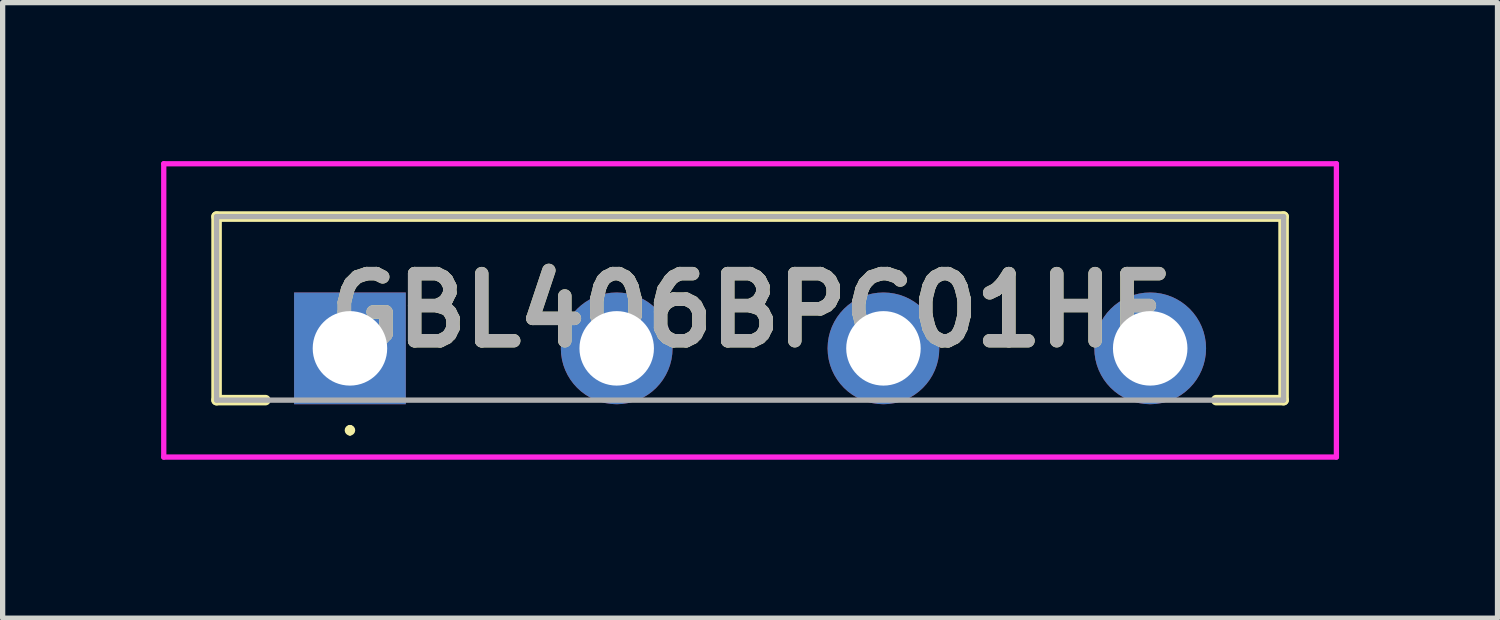
<source format=kicad_pcb>
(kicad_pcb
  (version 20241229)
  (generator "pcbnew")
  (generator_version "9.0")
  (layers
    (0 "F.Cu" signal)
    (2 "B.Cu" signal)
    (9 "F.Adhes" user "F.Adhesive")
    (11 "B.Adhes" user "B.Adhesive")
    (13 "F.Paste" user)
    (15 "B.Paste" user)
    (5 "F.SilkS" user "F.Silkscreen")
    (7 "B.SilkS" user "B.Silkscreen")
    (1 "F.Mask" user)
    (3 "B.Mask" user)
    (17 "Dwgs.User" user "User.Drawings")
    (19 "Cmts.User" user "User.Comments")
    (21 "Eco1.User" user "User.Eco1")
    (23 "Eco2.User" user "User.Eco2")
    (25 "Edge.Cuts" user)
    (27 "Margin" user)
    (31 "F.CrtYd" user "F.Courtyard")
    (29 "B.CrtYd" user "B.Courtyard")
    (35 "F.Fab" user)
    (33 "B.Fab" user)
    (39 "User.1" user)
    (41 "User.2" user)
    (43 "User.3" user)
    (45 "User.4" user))
  (footprint "GBL406BPC01HF"
    (layer "F.Cu")
    (at 3.575 3.545)
    (property "Reference" "GBL406BPC01HF" (at 7.575 -0.719 0) (layer "F.SilkS") (effects (font (size 1.27 1.27) (thickness 0.254))))
    (attr through_hole)
    (fp_line (start -2.525 -2.495) (end 17.675 -2.495) (stroke (width 0.2) (type solid)) (layer "F.SilkS"))
    (fp_line (start -2.525 0.98) (end -2.525 -2.495) (stroke (width 0.2) (type solid)) (layer "F.SilkS"))
    (fp_line (start -1.6 0.98) (end -2.525 0.98) (stroke (width 0.2) (type solid)) (layer "F.SilkS"))
    (fp_line (start 0 1.5) (end 0 1.5) (stroke (width 0.1) (type solid)) (layer "F.SilkS"))
    (fp_line (start 0 1.6) (end 0 1.6) (stroke (width 0.1) (type solid)) (layer "F.SilkS"))
    (fp_line (start 17.675 -2.495) (end 17.675 0.98) (stroke (width 0.2) (type solid)) (layer "F.SilkS"))
    (fp_line (start 17.675 0.98) (end 16.4 0.98) (stroke (width 0.2) (type solid)) (layer "F.SilkS"))
    (fp_arc (start 0 1.5) (mid 0.05 1.55) (end 0 1.6) (stroke (width 0.1) (type solid)) (layer "F.SilkS"))
    (fp_arc (start 0 1.6) (mid -0.05 1.55) (end 0 1.5) (stroke (width 0.1) (type solid)) (layer "F.SilkS"))
    (fp_line (start -3.525 -3.495) (end 18.675 -3.495) (stroke (width 0.1) (type solid)) (layer "F.CrtYd"))
    (fp_line (start -3.525 2.058) (end -3.525 -3.495) (stroke (width 0.1) (type solid)) (layer "F.CrtYd"))
    (fp_line (start 18.675 -3.495) (end 18.675 2.058) (stroke (width 0.1) (type solid)) (layer "F.CrtYd"))
    (fp_line (start 18.675 2.058) (end -3.525 2.058) (stroke (width 0.1) (type solid)) (layer "F.CrtYd"))
    (fp_line (start -2.525 -2.495) (end -2.525 0.98) (stroke (width 0.1) (type solid)) (layer "F.Fab"))
    (fp_line (start -2.525 0.98) (end 17.675 0.98) (stroke (width 0.1) (type solid)) (layer "F.Fab"))
    (fp_line (start 17.675 -2.495) (end -2.525 -2.495) (stroke (width 0.1) (type solid)) (layer "F.Fab"))
    (fp_line (start 17.675 0.98) (end 17.675 -2.495) (stroke (width 0.1) (type solid)) (layer "F.Fab"))
    (fp_text user "${REFERENCE}" (at 7.575 -0.719 0) (layer "F.Fab") (effects (font (size 1.27 1.27) (thickness 0.254))))
    (pad "1" thru_hole rect (at 0 0) (size 2.115 2.115) (drill 1.41) (layers "*.Cu" "*.Mask"))
    (pad "2" thru_hole circle (at 5.05 0) (size 2.115 2.115) (drill 1.41) (layers "*.Cu" "*.Mask"))
    (pad "3" thru_hole circle (at 10.1 0) (size 2.115 2.115) (drill 1.41) (layers "*.Cu" "*.Mask"))
    (pad "4" thru_hole circle (at 15.15 0) (size 2.115 2.115) (drill 1.41) (layers "*.Cu" "*.Mask")))
  (gr_rect
    (start -3 -3)
    (end 25.3 8.653)
    (stroke (width 0.1) (type default))
    (fill no)
    (layer "Edge.Cuts")))
</source>
